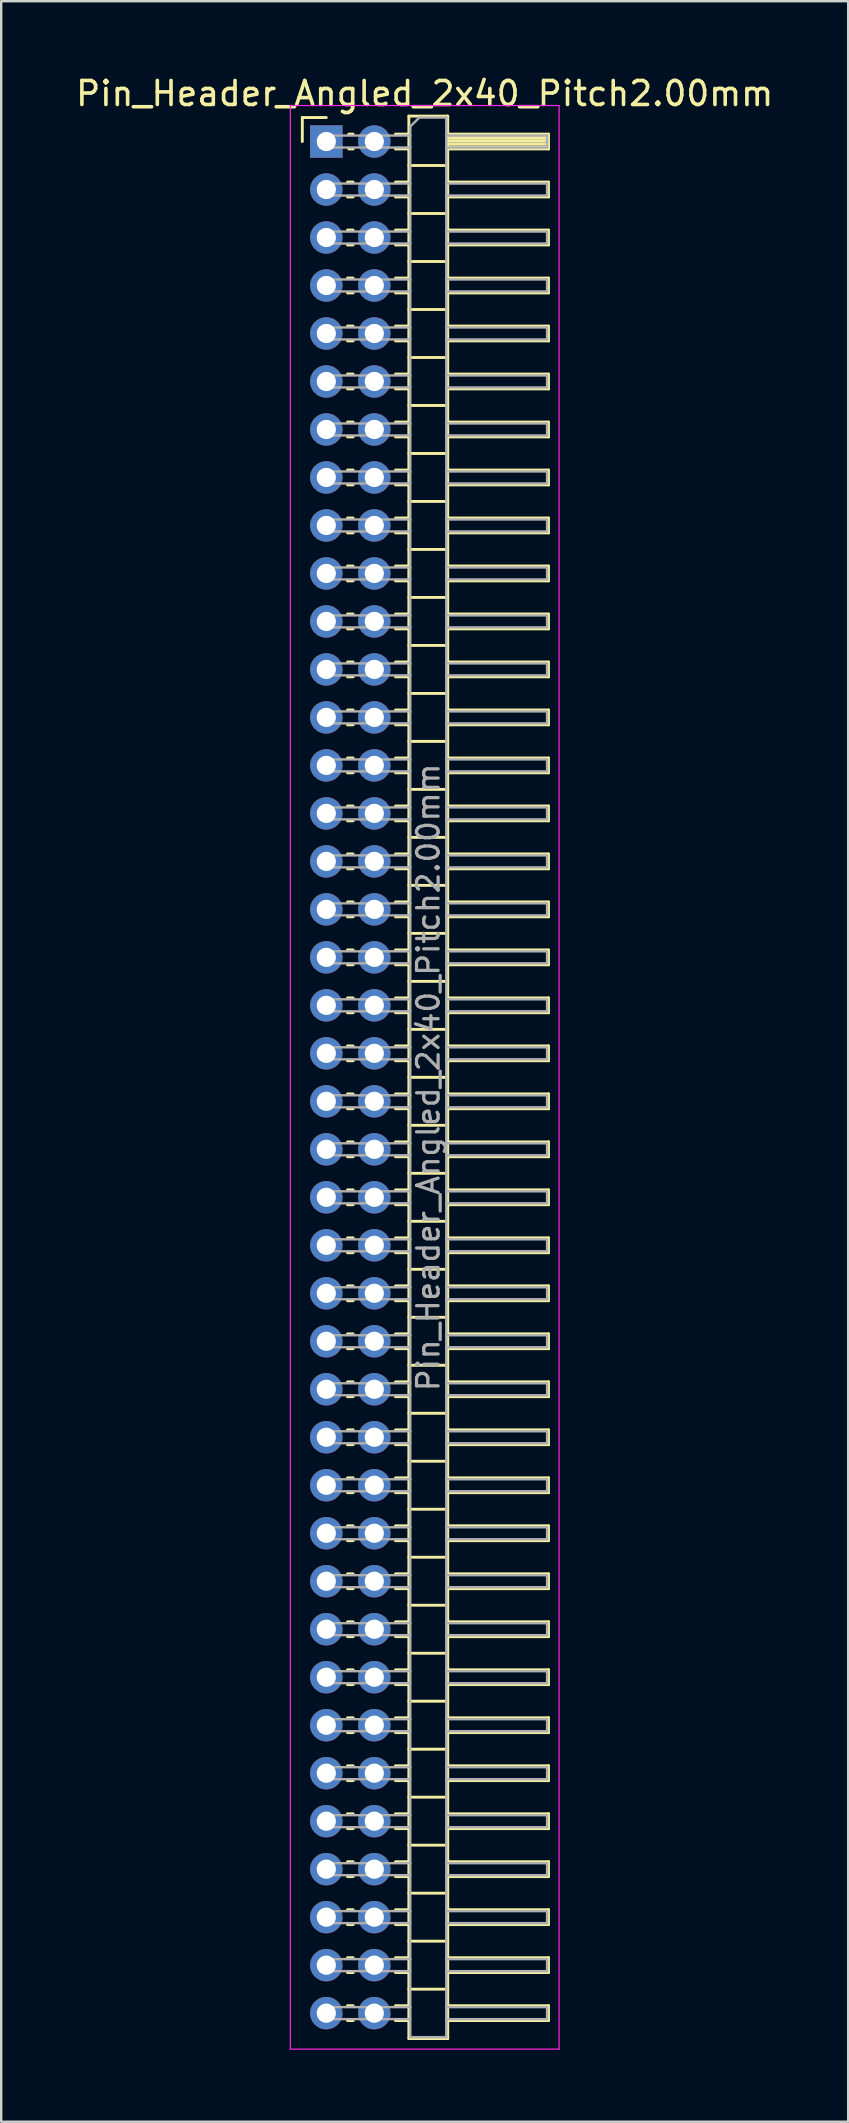
<source format=kicad_pcb>
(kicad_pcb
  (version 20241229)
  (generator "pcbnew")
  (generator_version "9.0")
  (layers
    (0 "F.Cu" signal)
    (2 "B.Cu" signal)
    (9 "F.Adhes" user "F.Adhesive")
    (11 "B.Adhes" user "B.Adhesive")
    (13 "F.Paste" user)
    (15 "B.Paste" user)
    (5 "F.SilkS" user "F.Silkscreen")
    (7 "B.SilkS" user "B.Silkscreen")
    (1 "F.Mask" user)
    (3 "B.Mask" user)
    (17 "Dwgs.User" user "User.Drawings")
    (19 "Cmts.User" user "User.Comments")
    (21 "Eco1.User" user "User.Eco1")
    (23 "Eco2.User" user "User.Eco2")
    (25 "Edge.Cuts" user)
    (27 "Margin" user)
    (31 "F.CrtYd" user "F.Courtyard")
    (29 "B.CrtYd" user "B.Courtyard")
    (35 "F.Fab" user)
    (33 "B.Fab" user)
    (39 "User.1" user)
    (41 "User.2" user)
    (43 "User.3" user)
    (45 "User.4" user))
  (footprint "Pin_Header_Angled_2x40_Pitch2.00mm"
    (layer "F.Cu")
    (at 10.549 2.848)
    (property "Reference" "Pin_Header_Angled_2x40_Pitch2.00mm" (at 4.1 -2 0) (layer "F.SilkS") (effects (font (size 1 1) (thickness 0.15))))
    (attr through_hole)
    (fp_line (start -1 -1) (end 0 -1) (stroke (width 0.12) (type solid)) (layer "F.SilkS"))
    (fp_line (start -1 0) (end -1 -1) (stroke (width 0.12) (type solid)) (layer "F.SilkS"))
    (fp_line (start 0.882 1.69) (end 1.118 1.69) (stroke (width 0.12) (type solid)) (layer "F.SilkS"))
    (fp_line (start 0.882 2.31) (end 1.118 2.31) (stroke (width 0.12) (type solid)) (layer "F.SilkS"))
    (fp_line (start 0.882 3.69) (end 1.118 3.69) (stroke (width 0.12) (type solid)) (layer "F.SilkS"))
    (fp_line (start 0.882 4.31) (end 1.118 4.31) (stroke (width 0.12) (type solid)) (layer "F.SilkS"))
    (fp_line (start 0.882 5.69) (end 1.118 5.69) (stroke (width 0.12) (type solid)) (layer "F.SilkS"))
    (fp_line (start 0.882 6.31) (end 1.118 6.31) (stroke (width 0.12) (type solid)) (layer "F.SilkS"))
    (fp_line (start 0.882 7.69) (end 1.118 7.69) (stroke (width 0.12) (type solid)) (layer "F.SilkS"))
    (fp_line (start 0.882 8.31) (end 1.118 8.31) (stroke (width 0.12) (type solid)) (layer "F.SilkS"))
    (fp_line (start 0.882 9.69) (end 1.118 9.69) (stroke (width 0.12) (type solid)) (layer "F.SilkS"))
    (fp_line (start 0.882 10.31) (end 1.118 10.31) (stroke (width 0.12) (type solid)) (layer "F.SilkS"))
    (fp_line (start 0.882 11.69) (end 1.118 11.69) (stroke (width 0.12) (type solid)) (layer "F.SilkS"))
    (fp_line (start 0.882 12.31) (end 1.118 12.31) (stroke (width 0.12) (type solid)) (layer "F.SilkS"))
    (fp_line (start 0.882 13.69) (end 1.118 13.69) (stroke (width 0.12) (type solid)) (layer "F.SilkS"))
    (fp_line (start 0.882 14.31) (end 1.118 14.31) (stroke (width 0.12) (type solid)) (layer "F.SilkS"))
    (fp_line (start 0.882 15.69) (end 1.118 15.69) (stroke (width 0.12) (type solid)) (layer "F.SilkS"))
    (fp_line (start 0.882 16.31) (end 1.118 16.31) (stroke (width 0.12) (type solid)) (layer "F.SilkS"))
    (fp_line (start 0.882 17.69) (end 1.118 17.69) (stroke (width 0.12) (type solid)) (layer "F.SilkS"))
    (fp_line (start 0.882 18.31) (end 1.118 18.31) (stroke (width 0.12) (type solid)) (layer "F.SilkS"))
    (fp_line (start 0.882 19.69) (end 1.118 19.69) (stroke (width 0.12) (type solid)) (layer "F.SilkS"))
    (fp_line (start 0.882 20.31) (end 1.118 20.31) (stroke (width 0.12) (type solid)) (layer "F.SilkS"))
    (fp_line (start 0.882 21.69) (end 1.118 21.69) (stroke (width 0.12) (type solid)) (layer "F.SilkS"))
    (fp_line (start 0.882 22.31) (end 1.118 22.31) (stroke (width 0.12) (type solid)) (layer "F.SilkS"))
    (fp_line (start 0.882 23.69) (end 1.118 23.69) (stroke (width 0.12) (type solid)) (layer "F.SilkS"))
    (fp_line (start 0.882 24.31) (end 1.118 24.31) (stroke (width 0.12) (type solid)) (layer "F.SilkS"))
    (fp_line (start 0.882 25.69) (end 1.118 25.69) (stroke (width 0.12) (type solid)) (layer "F.SilkS"))
    (fp_line (start 0.882 26.31) (end 1.118 26.31) (stroke (width 0.12) (type solid)) (layer "F.SilkS"))
    (fp_line (start 0.882 27.69) (end 1.118 27.69) (stroke (width 0.12) (type solid)) (layer "F.SilkS"))
    (fp_line (start 0.882 28.31) (end 1.118 28.31) (stroke (width 0.12) (type solid)) (layer "F.SilkS"))
    (fp_line (start 0.882 29.69) (end 1.118 29.69) (stroke (width 0.12) (type solid)) (layer "F.SilkS"))
    (fp_line (start 0.882 30.31) (end 1.118 30.31) (stroke (width 0.12) (type solid)) (layer "F.SilkS"))
    (fp_line (start 0.882 31.69) (end 1.118 31.69) (stroke (width 0.12) (type solid)) (layer "F.SilkS"))
    (fp_line (start 0.882 32.31) (end 1.118 32.31) (stroke (width 0.12) (type solid)) (layer "F.SilkS"))
    (fp_line (start 0.882 33.69) (end 1.118 33.69) (stroke (width 0.12) (type solid)) (layer "F.SilkS"))
    (fp_line (start 0.882 34.31) (end 1.118 34.31) (stroke (width 0.12) (type solid)) (layer "F.SilkS"))
    (fp_line (start 0.882 35.69) (end 1.118 35.69) (stroke (width 0.12) (type solid)) (layer "F.SilkS"))
    (fp_line (start 0.882 36.31) (end 1.118 36.31) (stroke (width 0.12) (type solid)) (layer "F.SilkS"))
    (fp_line (start 0.882 37.69) (end 1.118 37.69) (stroke (width 0.12) (type solid)) (layer "F.SilkS"))
    (fp_line (start 0.882 38.31) (end 1.118 38.31) (stroke (width 0.12) (type solid)) (layer "F.SilkS"))
    (fp_line (start 0.882 39.69) (end 1.118 39.69) (stroke (width 0.12) (type solid)) (layer "F.SilkS"))
    (fp_line (start 0.882 40.31) (end 1.118 40.31) (stroke (width 0.12) (type solid)) (layer "F.SilkS"))
    (fp_line (start 0.882 41.69) (end 1.118 41.69) (stroke (width 0.12) (type solid)) (layer "F.SilkS"))
    (fp_line (start 0.882 42.31) (end 1.118 42.31) (stroke (width 0.12) (type solid)) (layer "F.SilkS"))
    (fp_line (start 0.882 43.69) (end 1.118 43.69) (stroke (width 0.12) (type solid)) (layer "F.SilkS"))
    (fp_line (start 0.882 44.31) (end 1.118 44.31) (stroke (width 0.12) (type solid)) (layer "F.SilkS"))
    (fp_line (start 0.882 45.69) (end 1.118 45.69) (stroke (width 0.12) (type solid)) (layer "F.SilkS"))
    (fp_line (start 0.882 46.31) (end 1.118 46.31) (stroke (width 0.12) (type solid)) (layer "F.SilkS"))
    (fp_line (start 0.882 47.69) (end 1.118 47.69) (stroke (width 0.12) (type solid)) (layer "F.SilkS"))
    (fp_line (start 0.882 48.31) (end 1.118 48.31) (stroke (width 0.12) (type solid)) (layer "F.SilkS"))
    (fp_line (start 0.882 49.69) (end 1.118 49.69) (stroke (width 0.12) (type solid)) (layer "F.SilkS"))
    (fp_line (start 0.882 50.31) (end 1.118 50.31) (stroke (width 0.12) (type solid)) (layer "F.SilkS"))
    (fp_line (start 0.882 51.69) (end 1.118 51.69) (stroke (width 0.12) (type solid)) (layer "F.SilkS"))
    (fp_line (start 0.882 52.31) (end 1.118 52.31) (stroke (width 0.12) (type solid)) (layer "F.SilkS"))
    (fp_line (start 0.882 53.69) (end 1.118 53.69) (stroke (width 0.12) (type solid)) (layer "F.SilkS"))
    (fp_line (start 0.882 54.31) (end 1.118 54.31) (stroke (width 0.12) (type solid)) (layer "F.SilkS"))
    (fp_line (start 0.882 55.69) (end 1.118 55.69) (stroke (width 0.12) (type solid)) (layer "F.SilkS"))
    (fp_line (start 0.882 56.31) (end 1.118 56.31) (stroke (width 0.12) (type solid)) (layer "F.SilkS"))
    (fp_line (start 0.882 57.69) (end 1.118 57.69) (stroke (width 0.12) (type solid)) (layer "F.SilkS"))
    (fp_line (start 0.882 58.31) (end 1.118 58.31) (stroke (width 0.12) (type solid)) (layer "F.SilkS"))
    (fp_line (start 0.882 59.69) (end 1.118 59.69) (stroke (width 0.12) (type solid)) (layer "F.SilkS"))
    (fp_line (start 0.882 60.31) (end 1.118 60.31) (stroke (width 0.12) (type solid)) (layer "F.SilkS"))
    (fp_line (start 0.882 61.69) (end 1.118 61.69) (stroke (width 0.12) (type solid)) (layer "F.SilkS"))
    (fp_line (start 0.882 62.31) (end 1.118 62.31) (stroke (width 0.12) (type solid)) (layer "F.SilkS"))
    (fp_line (start 0.882 63.69) (end 1.118 63.69) (stroke (width 0.12) (type solid)) (layer "F.SilkS"))
    (fp_line (start 0.882 64.31) (end 1.118 64.31) (stroke (width 0.12) (type solid)) (layer "F.SilkS"))
    (fp_line (start 0.882 65.69) (end 1.118 65.69) (stroke (width 0.12) (type solid)) (layer "F.SilkS"))
    (fp_line (start 0.882 66.31) (end 1.118 66.31) (stroke (width 0.12) (type solid)) (layer "F.SilkS"))
    (fp_line (start 0.882 67.69) (end 1.118 67.69) (stroke (width 0.12) (type solid)) (layer "F.SilkS"))
    (fp_line (start 0.882 68.31) (end 1.118 68.31) (stroke (width 0.12) (type solid)) (layer "F.SilkS"))
    (fp_line (start 0.882 69.69) (end 1.118 69.69) (stroke (width 0.12) (type solid)) (layer "F.SilkS"))
    (fp_line (start 0.882 70.31) (end 1.118 70.31) (stroke (width 0.12) (type solid)) (layer "F.SilkS"))
    (fp_line (start 0.882 71.69) (end 1.118 71.69) (stroke (width 0.12) (type solid)) (layer "F.SilkS"))
    (fp_line (start 0.882 72.31) (end 1.118 72.31) (stroke (width 0.12) (type solid)) (layer "F.SilkS"))
    (fp_line (start 0.882 73.69) (end 1.118 73.69) (stroke (width 0.12) (type solid)) (layer "F.SilkS"))
    (fp_line (start 0.882 74.31) (end 1.118 74.31) (stroke (width 0.12) (type solid)) (layer "F.SilkS"))
    (fp_line (start 0.882 75.69) (end 1.118 75.69) (stroke (width 0.12) (type solid)) (layer "F.SilkS"))
    (fp_line (start 0.882 76.31) (end 1.118 76.31) (stroke (width 0.12) (type solid)) (layer "F.SilkS"))
    (fp_line (start 0.882 77.69) (end 1.118 77.69) (stroke (width 0.12) (type solid)) (layer "F.SilkS"))
    (fp_line (start 0.882 78.31) (end 1.118 78.31) (stroke (width 0.12) (type solid)) (layer "F.SilkS"))
    (fp_line (start 0.935 -0.31) (end 1.118 -0.31) (stroke (width 0.12) (type solid)) (layer "F.SilkS"))
    (fp_line (start 0.935 0.31) (end 1.118 0.31) (stroke (width 0.12) (type solid)) (layer "F.SilkS"))
    (fp_line (start 2.882 -0.31) (end 3.44 -0.31) (stroke (width 0.12) (type solid)) (layer "F.SilkS"))
    (fp_line (start 2.882 0.31) (end 3.44 0.31) (stroke (width 0.12) (type solid)) (layer "F.SilkS"))
    (fp_line (start 2.882 1.69) (end 3.44 1.69) (stroke (width 0.12) (type solid)) (layer "F.SilkS"))
    (fp_line (start 2.882 2.31) (end 3.44 2.31) (stroke (width 0.12) (type solid)) (layer "F.SilkS"))
    (fp_line (start 2.882 3.69) (end 3.44 3.69) (stroke (width 0.12) (type solid)) (layer "F.SilkS"))
    (fp_line (start 2.882 4.31) (end 3.44 4.31) (stroke (width 0.12) (type solid)) (layer "F.SilkS"))
    (fp_line (start 2.882 5.69) (end 3.44 5.69) (stroke (width 0.12) (type solid)) (layer "F.SilkS"))
    (fp_line (start 2.882 6.31) (end 3.44 6.31) (stroke (width 0.12) (type solid)) (layer "F.SilkS"))
    (fp_line (start 2.882 7.69) (end 3.44 7.69) (stroke (width 0.12) (type solid)) (layer "F.SilkS"))
    (fp_line (start 2.882 8.31) (end 3.44 8.31) (stroke (width 0.12) (type solid)) (layer "F.SilkS"))
    (fp_line (start 2.882 9.69) (end 3.44 9.69) (stroke (width 0.12) (type solid)) (layer "F.SilkS"))
    (fp_line (start 2.882 10.31) (end 3.44 10.31) (stroke (width 0.12) (type solid)) (layer "F.SilkS"))
    (fp_line (start 2.882 11.69) (end 3.44 11.69) (stroke (width 0.12) (type solid)) (layer "F.SilkS"))
    (fp_line (start 2.882 12.31) (end 3.44 12.31) (stroke (width 0.12) (type solid)) (layer "F.SilkS"))
    (fp_line (start 2.882 13.69) (end 3.44 13.69) (stroke (width 0.12) (type solid)) (layer "F.SilkS"))
    (fp_line (start 2.882 14.31) (end 3.44 14.31) (stroke (width 0.12) (type solid)) (layer "F.SilkS"))
    (fp_line (start 2.882 15.69) (end 3.44 15.69) (stroke (width 0.12) (type solid)) (layer "F.SilkS"))
    (fp_line (start 2.882 16.31) (end 3.44 16.31) (stroke (width 0.12) (type solid)) (layer "F.SilkS"))
    (fp_line (start 2.882 17.69) (end 3.44 17.69) (stroke (width 0.12) (type solid)) (layer "F.SilkS"))
    (fp_line (start 2.882 18.31) (end 3.44 18.31) (stroke (width 0.12) (type solid)) (layer "F.SilkS"))
    (fp_line (start 2.882 19.69) (end 3.44 19.69) (stroke (width 0.12) (type solid)) (layer "F.SilkS"))
    (fp_line (start 2.882 20.31) (end 3.44 20.31) (stroke (width 0.12) (type solid)) (layer "F.SilkS"))
    (fp_line (start 2.882 21.69) (end 3.44 21.69) (stroke (width 0.12) (type solid)) (layer "F.SilkS"))
    (fp_line (start 2.882 22.31) (end 3.44 22.31) (stroke (width 0.12) (type solid)) (layer "F.SilkS"))
    (fp_line (start 2.882 23.69) (end 3.44 23.69) (stroke (width 0.12) (type solid)) (layer "F.SilkS"))
    (fp_line (start 2.882 24.31) (end 3.44 24.31) (stroke (width 0.12) (type solid)) (layer "F.SilkS"))
    (fp_line (start 2.882 25.69) (end 3.44 25.69) (stroke (width 0.12) (type solid)) (layer "F.SilkS"))
    (fp_line (start 2.882 26.31) (end 3.44 26.31) (stroke (width 0.12) (type solid)) (layer "F.SilkS"))
    (fp_line (start 2.882 27.69) (end 3.44 27.69) (stroke (width 0.12) (type solid)) (layer "F.SilkS"))
    (fp_line (start 2.882 28.31) (end 3.44 28.31) (stroke (width 0.12) (type solid)) (layer "F.SilkS"))
    (fp_line (start 2.882 29.69) (end 3.44 29.69) (stroke (width 0.12) (type solid)) (layer "F.SilkS"))
    (fp_line (start 2.882 30.31) (end 3.44 30.31) (stroke (width 0.12) (type solid)) (layer "F.SilkS"))
    (fp_line (start 2.882 31.69) (end 3.44 31.69) (stroke (width 0.12) (type solid)) (layer "F.SilkS"))
    (fp_line (start 2.882 32.31) (end 3.44 32.31) (stroke (width 0.12) (type solid)) (layer "F.SilkS"))
    (fp_line (start 2.882 33.69) (end 3.44 33.69) (stroke (width 0.12) (type solid)) (layer "F.SilkS"))
    (fp_line (start 2.882 34.31) (end 3.44 34.31) (stroke (width 0.12) (type solid)) (layer "F.SilkS"))
    (fp_line (start 2.882 35.69) (end 3.44 35.69) (stroke (width 0.12) (type solid)) (layer "F.SilkS"))
    (fp_line (start 2.882 36.31) (end 3.44 36.31) (stroke (width 0.12) (type solid)) (layer "F.SilkS"))
    (fp_line (start 2.882 37.69) (end 3.44 37.69) (stroke (width 0.12) (type solid)) (layer "F.SilkS"))
    (fp_line (start 2.882 38.31) (end 3.44 38.31) (stroke (width 0.12) (type solid)) (layer "F.SilkS"))
    (fp_line (start 2.882 39.69) (end 3.44 39.69) (stroke (width 0.12) (type solid)) (layer "F.SilkS"))
    (fp_line (start 2.882 40.31) (end 3.44 40.31) (stroke (width 0.12) (type solid)) (layer "F.SilkS"))
    (fp_line (start 2.882 41.69) (end 3.44 41.69) (stroke (width 0.12) (type solid)) (layer "F.SilkS"))
    (fp_line (start 2.882 42.31) (end 3.44 42.31) (stroke (width 0.12) (type solid)) (layer "F.SilkS"))
    (fp_line (start 2.882 43.69) (end 3.44 43.69) (stroke (width 0.12) (type solid)) (layer "F.SilkS"))
    (fp_line (start 2.882 44.31) (end 3.44 44.31) (stroke (width 0.12) (type solid)) (layer "F.SilkS"))
    (fp_line (start 2.882 45.69) (end 3.44 45.69) (stroke (width 0.12) (type solid)) (layer "F.SilkS"))
    (fp_line (start 2.882 46.31) (end 3.44 46.31) (stroke (width 0.12) (type solid)) (layer "F.SilkS"))
    (fp_line (start 2.882 47.69) (end 3.44 47.69) (stroke (width 0.12) (type solid)) (layer "F.SilkS"))
    (fp_line (start 2.882 48.31) (end 3.44 48.31) (stroke (width 0.12) (type solid)) (layer "F.SilkS"))
    (fp_line (start 2.882 49.69) (end 3.44 49.69) (stroke (width 0.12) (type solid)) (layer "F.SilkS"))
    (fp_line (start 2.882 50.31) (end 3.44 50.31) (stroke (width 0.12) (type solid)) (layer "F.SilkS"))
    (fp_line (start 2.882 51.69) (end 3.44 51.69) (stroke (width 0.12) (type solid)) (layer "F.SilkS"))
    (fp_line (start 2.882 52.31) (end 3.44 52.31) (stroke (width 0.12) (type solid)) (layer "F.SilkS"))
    (fp_line (start 2.882 53.69) (end 3.44 53.69) (stroke (width 0.12) (type solid)) (layer "F.SilkS"))
    (fp_line (start 2.882 54.31) (end 3.44 54.31) (stroke (width 0.12) (type solid)) (layer "F.SilkS"))
    (fp_line (start 2.882 55.69) (end 3.44 55.69) (stroke (width 0.12) (type solid)) (layer "F.SilkS"))
    (fp_line (start 2.882 56.31) (end 3.44 56.31) (stroke (width 0.12) (type solid)) (layer "F.SilkS"))
    (fp_line (start 2.882 57.69) (end 3.44 57.69) (stroke (width 0.12) (type solid)) (layer "F.SilkS"))
    (fp_line (start 2.882 58.31) (end 3.44 58.31) (stroke (width 0.12) (type solid)) (layer "F.SilkS"))
    (fp_line (start 2.882 59.69) (end 3.44 59.69) (stroke (width 0.12) (type solid)) (layer "F.SilkS"))
    (fp_line (start 2.882 60.31) (end 3.44 60.31) (stroke (width 0.12) (type solid)) (layer "F.SilkS"))
    (fp_line (start 2.882 61.69) (end 3.44 61.69) (stroke (width 0.12) (type solid)) (layer "F.SilkS"))
    (fp_line (start 2.882 62.31) (end 3.44 62.31) (stroke (width 0.12) (type solid)) (layer "F.SilkS"))
    (fp_line (start 2.882 63.69) (end 3.44 63.69) (stroke (width 0.12) (type solid)) (layer "F.SilkS"))
    (fp_line (start 2.882 64.31) (end 3.44 64.31) (stroke (width 0.12) (type solid)) (layer "F.SilkS"))
    (fp_line (start 2.882 65.69) (end 3.44 65.69) (stroke (width 0.12) (type solid)) (layer "F.SilkS"))
    (fp_line (start 2.882 66.31) (end 3.44 66.31) (stroke (width 0.12) (type solid)) (layer "F.SilkS"))
    (fp_line (start 2.882 67.69) (end 3.44 67.69) (stroke (width 0.12) (type solid)) (layer "F.SilkS"))
    (fp_line (start 2.882 68.31) (end 3.44 68.31) (stroke (width 0.12) (type solid)) (layer "F.SilkS"))
    (fp_line (start 2.882 69.69) (end 3.44 69.69) (stroke (width 0.12) (type solid)) (layer "F.SilkS"))
    (fp_line (start 2.882 70.31) (end 3.44 70.31) (stroke (width 0.12) (type solid)) (layer "F.SilkS"))
    (fp_line (start 2.882 71.69) (end 3.44 71.69) (stroke (width 0.12) (type solid)) (layer "F.SilkS"))
    (fp_line (start 2.882 72.31) (end 3.44 72.31) (stroke (width 0.12) (type solid)) (layer "F.SilkS"))
    (fp_line (start 2.882 73.69) (end 3.44 73.69) (stroke (width 0.12) (type solid)) (layer "F.SilkS"))
    (fp_line (start 2.882 74.31) (end 3.44 74.31) (stroke (width 0.12) (type solid)) (layer "F.SilkS"))
    (fp_line (start 2.882 75.69) (end 3.44 75.69) (stroke (width 0.12) (type solid)) (layer "F.SilkS"))
    (fp_line (start 2.882 76.31) (end 3.44 76.31) (stroke (width 0.12) (type solid)) (layer "F.SilkS"))
    (fp_line (start 2.882 77.69) (end 3.44 77.69) (stroke (width 0.12) (type solid)) (layer "F.SilkS"))
    (fp_line (start 2.882 78.31) (end 3.44 78.31) (stroke (width 0.12) (type solid)) (layer "F.SilkS"))
    (fp_line (start 3.44 -1.06) (end 3.44 79.06) (stroke (width 0.12) (type solid)) (layer "F.SilkS"))
    (fp_line (start 3.44 1) (end 5.06 1) (stroke (width 0.12) (type solid)) (layer "F.SilkS"))
    (fp_line (start 3.44 3) (end 5.06 3) (stroke (width 0.12) (type solid)) (layer "F.SilkS"))
    (fp_line (start 3.44 5) (end 5.06 5) (stroke (width 0.12) (type solid)) (layer "F.SilkS"))
    (fp_line (start 3.44 7) (end 5.06 7) (stroke (width 0.12) (type solid)) (layer "F.SilkS"))
    (fp_line (start 3.44 9) (end 5.06 9) (stroke (width 0.12) (type solid)) (layer "F.SilkS"))
    (fp_line (start 3.44 11) (end 5.06 11) (stroke (width 0.12) (type solid)) (layer "F.SilkS"))
    (fp_line (start 3.44 13) (end 5.06 13) (stroke (width 0.12) (type solid)) (layer "F.SilkS"))
    (fp_line (start 3.44 15) (end 5.06 15) (stroke (width 0.12) (type solid)) (layer "F.SilkS"))
    (fp_line (start 3.44 17) (end 5.06 17) (stroke (width 0.12) (type solid)) (layer "F.SilkS"))
    (fp_line (start 3.44 19) (end 5.06 19) (stroke (width 0.12) (type solid)) (layer "F.SilkS"))
    (fp_line (start 3.44 21) (end 5.06 21) (stroke (width 0.12) (type solid)) (layer "F.SilkS"))
    (fp_line (start 3.44 23) (end 5.06 23) (stroke (width 0.12) (type solid)) (layer "F.SilkS"))
    (fp_line (start 3.44 25) (end 5.06 25) (stroke (width 0.12) (type solid)) (layer "F.SilkS"))
    (fp_line (start 3.44 27) (end 5.06 27) (stroke (width 0.12) (type solid)) (layer "F.SilkS"))
    (fp_line (start 3.44 29) (end 5.06 29) (stroke (width 0.12) (type solid)) (layer "F.SilkS"))
    (fp_line (start 3.44 31) (end 5.06 31) (stroke (width 0.12) (type solid)) (layer "F.SilkS"))
    (fp_line (start 3.44 33) (end 5.06 33) (stroke (width 0.12) (type solid)) (layer "F.SilkS"))
    (fp_line (start 3.44 35) (end 5.06 35) (stroke (width 0.12) (type solid)) (layer "F.SilkS"))
    (fp_line (start 3.44 37) (end 5.06 37) (stroke (width 0.12) (type solid)) (layer "F.SilkS"))
    (fp_line (start 3.44 39) (end 5.06 39) (stroke (width 0.12) (type solid)) (layer "F.SilkS"))
    (fp_line (start 3.44 41) (end 5.06 41) (stroke (width 0.12) (type solid)) (layer "F.SilkS"))
    (fp_line (start 3.44 43) (end 5.06 43) (stroke (width 0.12) (type solid)) (layer "F.SilkS"))
    (fp_line (start 3.44 45) (end 5.06 45) (stroke (width 0.12) (type solid)) (layer "F.SilkS"))
    (fp_line (start 3.44 47) (end 5.06 47) (stroke (width 0.12) (type solid)) (layer "F.SilkS"))
    (fp_line (start 3.44 49) (end 5.06 49) (stroke (width 0.12) (type solid)) (layer "F.SilkS"))
    (fp_line (start 3.44 51) (end 5.06 51) (stroke (width 0.12) (type solid)) (layer "F.SilkS"))
    (fp_line (start 3.44 53) (end 5.06 53) (stroke (width 0.12) (type solid)) (layer "F.SilkS"))
    (fp_line (start 3.44 55) (end 5.06 55) (stroke (width 0.12) (type solid)) (layer "F.SilkS"))
    (fp_line (start 3.44 57) (end 5.06 57) (stroke (width 0.12) (type solid)) (layer "F.SilkS"))
    (fp_line (start 3.44 59) (end 5.06 59) (stroke (width 0.12) (type solid)) (layer "F.SilkS"))
    (fp_line (start 3.44 61) (end 5.06 61) (stroke (width 0.12) (type solid)) (layer "F.SilkS"))
    (fp_line (start 3.44 63) (end 5.06 63) (stroke (width 0.12) (type solid)) (layer "F.SilkS"))
    (fp_line (start 3.44 65) (end 5.06 65) (stroke (width 0.12) (type solid)) (layer "F.SilkS"))
    (fp_line (start 3.44 67) (end 5.06 67) (stroke (width 0.12) (type solid)) (layer "F.SilkS"))
    (fp_line (start 3.44 69) (end 5.06 69) (stroke (width 0.12) (type solid)) (layer "F.SilkS"))
    (fp_line (start 3.44 71) (end 5.06 71) (stroke (width 0.12) (type solid)) (layer "F.SilkS"))
    (fp_line (start 3.44 73) (end 5.06 73) (stroke (width 0.12) (type solid)) (layer "F.SilkS"))
    (fp_line (start 3.44 75) (end 5.06 75) (stroke (width 0.12) (type solid)) (layer "F.SilkS"))
    (fp_line (start 3.44 77) (end 5.06 77) (stroke (width 0.12) (type solid)) (layer "F.SilkS"))
    (fp_line (start 3.44 79.06) (end 5.06 79.06) (stroke (width 0.12) (type solid)) (layer "F.SilkS"))
    (fp_line (start 5.06 -1.06) (end 3.44 -1.06) (stroke (width 0.12) (type solid)) (layer "F.SilkS"))
    (fp_line (start 5.06 -0.31) (end 9.26 -0.31) (stroke (width 0.12) (type solid)) (layer "F.SilkS"))
    (fp_line (start 5.06 -0.25) (end 9.26 -0.25) (stroke (width 0.12) (type solid)) (layer "F.SilkS"))
    (fp_line (start 5.06 -0.13) (end 9.26 -0.13) (stroke (width 0.12) (type solid)) (layer "F.SilkS"))
    (fp_line (start 5.06 -0.01) (end 9.26 -0.01) (stroke (width 0.12) (type solid)) (layer "F.SilkS"))
    (fp_line (start 5.06 0.11) (end 9.26 0.11) (stroke (width 0.12) (type solid)) (layer "F.SilkS"))
    (fp_line (start 5.06 0.23) (end 9.26 0.23) (stroke (width 0.12) (type solid)) (layer "F.SilkS"))
    (fp_line (start 5.06 1.69) (end 9.26 1.69) (stroke (width 0.12) (type solid)) (layer "F.SilkS"))
    (fp_line (start 5.06 3.69) (end 9.26 3.69) (stroke (width 0.12) (type solid)) (layer "F.SilkS"))
    (fp_line (start 5.06 5.69) (end 9.26 5.69) (stroke (width 0.12) (type solid)) (layer "F.SilkS"))
    (fp_line (start 5.06 7.69) (end 9.26 7.69) (stroke (width 0.12) (type solid)) (layer "F.SilkS"))
    (fp_line (start 5.06 9.69) (end 9.26 9.69) (stroke (width 0.12) (type solid)) (layer "F.SilkS"))
    (fp_line (start 5.06 11.69) (end 9.26 11.69) (stroke (width 0.12) (type solid)) (layer "F.SilkS"))
    (fp_line (start 5.06 13.69) (end 9.26 13.69) (stroke (width 0.12) (type solid)) (layer "F.SilkS"))
    (fp_line (start 5.06 15.69) (end 9.26 15.69) (stroke (width 0.12) (type solid)) (layer "F.SilkS"))
    (fp_line (start 5.06 17.69) (end 9.26 17.69) (stroke (width 0.12) (type solid)) (layer "F.SilkS"))
    (fp_line (start 5.06 19.69) (end 9.26 19.69) (stroke (width 0.12) (type solid)) (layer "F.SilkS"))
    (fp_line (start 5.06 21.69) (end 9.26 21.69) (stroke (width 0.12) (type solid)) (layer "F.SilkS"))
    (fp_line (start 5.06 23.69) (end 9.26 23.69) (stroke (width 0.12) (type solid)) (layer "F.SilkS"))
    (fp_line (start 5.06 25.69) (end 9.26 25.69) (stroke (width 0.12) (type solid)) (layer "F.SilkS"))
    (fp_line (start 5.06 27.69) (end 9.26 27.69) (stroke (width 0.12) (type solid)) (layer "F.SilkS"))
    (fp_line (start 5.06 29.69) (end 9.26 29.69) (stroke (width 0.12) (type solid)) (layer "F.SilkS"))
    (fp_line (start 5.06 31.69) (end 9.26 31.69) (stroke (width 0.12) (type solid)) (layer "F.SilkS"))
    (fp_line (start 5.06 33.69) (end 9.26 33.69) (stroke (width 0.12) (type solid)) (layer "F.SilkS"))
    (fp_line (start 5.06 35.69) (end 9.26 35.69) (stroke (width 0.12) (type solid)) (layer "F.SilkS"))
    (fp_line (start 5.06 37.69) (end 9.26 37.69) (stroke (width 0.12) (type solid)) (layer "F.SilkS"))
    (fp_line (start 5.06 39.69) (end 9.26 39.69) (stroke (width 0.12) (type solid)) (layer "F.SilkS"))
    (fp_line (start 5.06 41.69) (end 9.26 41.69) (stroke (width 0.12) (type solid)) (layer "F.SilkS"))
    (fp_line (start 5.06 43.69) (end 9.26 43.69) (stroke (width 0.12) (type solid)) (layer "F.SilkS"))
    (fp_line (start 5.06 45.69) (end 9.26 45.69) (stroke (width 0.12) (type solid)) (layer "F.SilkS"))
    (fp_line (start 5.06 47.69) (end 9.26 47.69) (stroke (width 0.12) (type solid)) (layer "F.SilkS"))
    (fp_line (start 5.06 49.69) (end 9.26 49.69) (stroke (width 0.12) (type solid)) (layer "F.SilkS"))
    (fp_line (start 5.06 51.69) (end 9.26 51.69) (stroke (width 0.12) (type solid)) (layer "F.SilkS"))
    (fp_line (start 5.06 53.69) (end 9.26 53.69) (stroke (width 0.12) (type solid)) (layer "F.SilkS"))
    (fp_line (start 5.06 55.69) (end 9.26 55.69) (stroke (width 0.12) (type solid)) (layer "F.SilkS"))
    (fp_line (start 5.06 57.69) (end 9.26 57.69) (stroke (width 0.12) (type solid)) (layer "F.SilkS"))
    (fp_line (start 5.06 59.69) (end 9.26 59.69) (stroke (width 0.12) (type solid)) (layer "F.SilkS"))
    (fp_line (start 5.06 61.69) (end 9.26 61.69) (stroke (width 0.12) (type solid)) (layer "F.SilkS"))
    (fp_line (start 5.06 63.69) (end 9.26 63.69) (stroke (width 0.12) (type solid)) (layer "F.SilkS"))
    (fp_line (start 5.06 65.69) (end 9.26 65.69) (stroke (width 0.12) (type solid)) (layer "F.SilkS"))
    (fp_line (start 5.06 67.69) (end 9.26 67.69) (stroke (width 0.12) (type solid)) (layer "F.SilkS"))
    (fp_line (start 5.06 69.69) (end 9.26 69.69) (stroke (width 0.12) (type solid)) (layer "F.SilkS"))
    (fp_line (start 5.06 71.69) (end 9.26 71.69) (stroke (width 0.12) (type solid)) (layer "F.SilkS"))
    (fp_line (start 5.06 73.69) (end 9.26 73.69) (stroke (width 0.12) (type solid)) (layer "F.SilkS"))
    (fp_line (start 5.06 75.69) (end 9.26 75.69) (stroke (width 0.12) (type solid)) (layer "F.SilkS"))
    (fp_line (start 5.06 77.69) (end 9.26 77.69) (stroke (width 0.12) (type solid)) (layer "F.SilkS"))
    (fp_line (start 5.06 79.06) (end 5.06 -1.06) (stroke (width 0.12) (type solid)) (layer "F.SilkS"))
    (fp_line (start 9.26 -0.31) (end 9.26 0.31) (stroke (width 0.12) (type solid)) (layer "F.SilkS"))
    (fp_line (start 9.26 0.31) (end 5.06 0.31) (stroke (width 0.12) (type solid)) (layer "F.SilkS"))
    (fp_line (start 9.26 1.69) (end 9.26 2.31) (stroke (width 0.12) (type solid)) (layer "F.SilkS"))
    (fp_line (start 9.26 2.31) (end 5.06 2.31) (stroke (width 0.12) (type solid)) (layer "F.SilkS"))
    (fp_line (start 9.26 3.69) (end 9.26 4.31) (stroke (width 0.12) (type solid)) (layer "F.SilkS"))
    (fp_line (start 9.26 4.31) (end 5.06 4.31) (stroke (width 0.12) (type solid)) (layer "F.SilkS"))
    (fp_line (start 9.26 5.69) (end 9.26 6.31) (stroke (width 0.12) (type solid)) (layer "F.SilkS"))
    (fp_line (start 9.26 6.31) (end 5.06 6.31) (stroke (width 0.12) (type solid)) (layer "F.SilkS"))
    (fp_line (start 9.26 7.69) (end 9.26 8.31) (stroke (width 0.12) (type solid)) (layer "F.SilkS"))
    (fp_line (start 9.26 8.31) (end 5.06 8.31) (stroke (width 0.12) (type solid)) (layer "F.SilkS"))
    (fp_line (start 9.26 9.69) (end 9.26 10.31) (stroke (width 0.12) (type solid)) (layer "F.SilkS"))
    (fp_line (start 9.26 10.31) (end 5.06 10.31) (stroke (width 0.12) (type solid)) (layer "F.SilkS"))
    (fp_line (start 9.26 11.69) (end 9.26 12.31) (stroke (width 0.12) (type solid)) (layer "F.SilkS"))
    (fp_line (start 9.26 12.31) (end 5.06 12.31) (stroke (width 0.12) (type solid)) (layer "F.SilkS"))
    (fp_line (start 9.26 13.69) (end 9.26 14.31) (stroke (width 0.12) (type solid)) (layer "F.SilkS"))
    (fp_line (start 9.26 14.31) (end 5.06 14.31) (stroke (width 0.12) (type solid)) (layer "F.SilkS"))
    (fp_line (start 9.26 15.69) (end 9.26 16.31) (stroke (width 0.12) (type solid)) (layer "F.SilkS"))
    (fp_line (start 9.26 16.31) (end 5.06 16.31) (stroke (width 0.12) (type solid)) (layer "F.SilkS"))
    (fp_line (start 9.26 17.69) (end 9.26 18.31) (stroke (width 0.12) (type solid)) (layer "F.SilkS"))
    (fp_line (start 9.26 18.31) (end 5.06 18.31) (stroke (width 0.12) (type solid)) (layer "F.SilkS"))
    (fp_line (start 9.26 19.69) (end 9.26 20.31) (stroke (width 0.12) (type solid)) (layer "F.SilkS"))
    (fp_line (start 9.26 20.31) (end 5.06 20.31) (stroke (width 0.12) (type solid)) (layer "F.SilkS"))
    (fp_line (start 9.26 21.69) (end 9.26 22.31) (stroke (width 0.12) (type solid)) (layer "F.SilkS"))
    (fp_line (start 9.26 22.31) (end 5.06 22.31) (stroke (width 0.12) (type solid)) (layer "F.SilkS"))
    (fp_line (start 9.26 23.69) (end 9.26 24.31) (stroke (width 0.12) (type solid)) (layer "F.SilkS"))
    (fp_line (start 9.26 24.31) (end 5.06 24.31) (stroke (width 0.12) (type solid)) (layer "F.SilkS"))
    (fp_line (start 9.26 25.69) (end 9.26 26.31) (stroke (width 0.12) (type solid)) (layer "F.SilkS"))
    (fp_line (start 9.26 26.31) (end 5.06 26.31) (stroke (width 0.12) (type solid)) (layer "F.SilkS"))
    (fp_line (start 9.26 27.69) (end 9.26 28.31) (stroke (width 0.12) (type solid)) (layer "F.SilkS"))
    (fp_line (start 9.26 28.31) (end 5.06 28.31) (stroke (width 0.12) (type solid)) (layer "F.SilkS"))
    (fp_line (start 9.26 29.69) (end 9.26 30.31) (stroke (width 0.12) (type solid)) (layer "F.SilkS"))
    (fp_line (start 9.26 30.31) (end 5.06 30.31) (stroke (width 0.12) (type solid)) (layer "F.SilkS"))
    (fp_line (start 9.26 31.69) (end 9.26 32.31) (stroke (width 0.12) (type solid)) (layer "F.SilkS"))
    (fp_line (start 9.26 32.31) (end 5.06 32.31) (stroke (width 0.12) (type solid)) (layer "F.SilkS"))
    (fp_line (start 9.26 33.69) (end 9.26 34.31) (stroke (width 0.12) (type solid)) (layer "F.SilkS"))
    (fp_line (start 9.26 34.31) (end 5.06 34.31) (stroke (width 0.12) (type solid)) (layer "F.SilkS"))
    (fp_line (start 9.26 35.69) (end 9.26 36.31) (stroke (width 0.12) (type solid)) (layer "F.SilkS"))
    (fp_line (start 9.26 36.31) (end 5.06 36.31) (stroke (width 0.12) (type solid)) (layer "F.SilkS"))
    (fp_line (start 9.26 37.69) (end 9.26 38.31) (stroke (width 0.12) (type solid)) (layer "F.SilkS"))
    (fp_line (start 9.26 38.31) (end 5.06 38.31) (stroke (width 0.12) (type solid)) (layer "F.SilkS"))
    (fp_line (start 9.26 39.69) (end 9.26 40.31) (stroke (width 0.12) (type solid)) (layer "F.SilkS"))
    (fp_line (start 9.26 40.31) (end 5.06 40.31) (stroke (width 0.12) (type solid)) (layer "F.SilkS"))
    (fp_line (start 9.26 41.69) (end 9.26 42.31) (stroke (width 0.12) (type solid)) (layer "F.SilkS"))
    (fp_line (start 9.26 42.31) (end 5.06 42.31) (stroke (width 0.12) (type solid)) (layer "F.SilkS"))
    (fp_line (start 9.26 43.69) (end 9.26 44.31) (stroke (width 0.12) (type solid)) (layer "F.SilkS"))
    (fp_line (start 9.26 44.31) (end 5.06 44.31) (stroke (width 0.12) (type solid)) (layer "F.SilkS"))
    (fp_line (start 9.26 45.69) (end 9.26 46.31) (stroke (width 0.12) (type solid)) (layer "F.SilkS"))
    (fp_line (start 9.26 46.31) (end 5.06 46.31) (stroke (width 0.12) (type solid)) (layer "F.SilkS"))
    (fp_line (start 9.26 47.69) (end 9.26 48.31) (stroke (width 0.12) (type solid)) (layer "F.SilkS"))
    (fp_line (start 9.26 48.31) (end 5.06 48.31) (stroke (width 0.12) (type solid)) (layer "F.SilkS"))
    (fp_line (start 9.26 49.69) (end 9.26 50.31) (stroke (width 0.12) (type solid)) (layer "F.SilkS"))
    (fp_line (start 9.26 50.31) (end 5.06 50.31) (stroke (width 0.12) (type solid)) (layer "F.SilkS"))
    (fp_line (start 9.26 51.69) (end 9.26 52.31) (stroke (width 0.12) (type solid)) (layer "F.SilkS"))
    (fp_line (start 9.26 52.31) (end 5.06 52.31) (stroke (width 0.12) (type solid)) (layer "F.SilkS"))
    (fp_line (start 9.26 53.69) (end 9.26 54.31) (stroke (width 0.12) (type solid)) (layer "F.SilkS"))
    (fp_line (start 9.26 54.31) (end 5.06 54.31) (stroke (width 0.12) (type solid)) (layer "F.SilkS"))
    (fp_line (start 9.26 55.69) (end 9.26 56.31) (stroke (width 0.12) (type solid)) (layer "F.SilkS"))
    (fp_line (start 9.26 56.31) (end 5.06 56.31) (stroke (width 0.12) (type solid)) (layer "F.SilkS"))
    (fp_line (start 9.26 57.69) (end 9.26 58.31) (stroke (width 0.12) (type solid)) (layer "F.SilkS"))
    (fp_line (start 9.26 58.31) (end 5.06 58.31) (stroke (width 0.12) (type solid)) (layer "F.SilkS"))
    (fp_line (start 9.26 59.69) (end 9.26 60.31) (stroke (width 0.12) (type solid)) (layer "F.SilkS"))
    (fp_line (start 9.26 60.31) (end 5.06 60.31) (stroke (width 0.12) (type solid)) (layer "F.SilkS"))
    (fp_line (start 9.26 61.69) (end 9.26 62.31) (stroke (width 0.12) (type solid)) (layer "F.SilkS"))
    (fp_line (start 9.26 62.31) (end 5.06 62.31) (stroke (width 0.12) (type solid)) (layer "F.SilkS"))
    (fp_line (start 9.26 63.69) (end 9.26 64.31) (stroke (width 0.12) (type solid)) (layer "F.SilkS"))
    (fp_line (start 9.26 64.31) (end 5.06 64.31) (stroke (width 0.12) (type solid)) (layer "F.SilkS"))
    (fp_line (start 9.26 65.69) (end 9.26 66.31) (stroke (width 0.12) (type solid)) (layer "F.SilkS"))
    (fp_line (start 9.26 66.31) (end 5.06 66.31) (stroke (width 0.12) (type solid)) (layer "F.SilkS"))
    (fp_line (start 9.26 67.69) (end 9.26 68.31) (stroke (width 0.12) (type solid)) (layer "F.SilkS"))
    (fp_line (start 9.26 68.31) (end 5.06 68.31) (stroke (width 0.12) (type solid)) (layer "F.SilkS"))
    (fp_line (start 9.26 69.69) (end 9.26 70.31) (stroke (width 0.12) (type solid)) (layer "F.SilkS"))
    (fp_line (start 9.26 70.31) (end 5.06 70.31) (stroke (width 0.12) (type solid)) (layer "F.SilkS"))
    (fp_line (start 9.26 71.69) (end 9.26 72.31) (stroke (width 0.12) (type solid)) (layer "F.SilkS"))
    (fp_line (start 9.26 72.31) (end 5.06 72.31) (stroke (width 0.12) (type solid)) (layer "F.SilkS"))
    (fp_line (start 9.26 73.69) (end 9.26 74.31) (stroke (width 0.12) (type solid)) (layer "F.SilkS"))
    (fp_line (start 9.26 74.31) (end 5.06 74.31) (stroke (width 0.12) (type solid)) (layer "F.SilkS"))
    (fp_line (start 9.26 75.69) (end 9.26 76.31) (stroke (width 0.12) (type solid)) (layer "F.SilkS"))
    (fp_line (start 9.26 76.31) (end 5.06 76.31) (stroke (width 0.12) (type solid)) (layer "F.SilkS"))
    (fp_line (start 9.26 77.69) (end 9.26 78.31) (stroke (width 0.12) (type solid)) (layer "F.SilkS"))
    (fp_line (start 9.26 78.31) (end 5.06 78.31) (stroke (width 0.12) (type solid)) (layer "F.SilkS"))
    (fp_line (start -1.5 -1.5) (end -1.5 79.5) (stroke (width 0.05) (type solid)) (layer "F.CrtYd"))
    (fp_line (start -1.5 79.5) (end 9.7 79.5) (stroke (width 0.05) (type solid)) (layer "F.CrtYd"))
    (fp_line (start 9.7 -1.5) (end -1.5 -1.5) (stroke (width 0.05) (type solid)) (layer "F.CrtYd"))
    (fp_line (start 9.7 79.5) (end 9.7 -1.5) (stroke (width 0.05) (type solid)) (layer "F.CrtYd"))
    (fp_line (start -0.25 -0.25) (end -0.25 0.25) (stroke (width 0.1) (type solid)) (layer "F.Fab"))
    (fp_line (start -0.25 -0.25) (end 3.5 -0.25) (stroke (width 0.1) (type solid)) (layer "F.Fab"))
    (fp_line (start -0.25 0.25) (end 3.5 0.25) (stroke (width 0.1) (type solid)) (layer "F.Fab"))
    (fp_line (start -0.25 1.75) (end -0.25 2.25) (stroke (width 0.1) (type solid)) (layer "F.Fab"))
    (fp_line (start -0.25 1.75) (end 3.5 1.75) (stroke (width 0.1) (type solid)) (layer "F.Fab"))
    (fp_line (start -0.25 2.25) (end 3.5 2.25) (stroke (width 0.1) (type solid)) (layer "F.Fab"))
    (fp_line (start -0.25 3.75) (end -0.25 4.25) (stroke (width 0.1) (type solid)) (layer "F.Fab"))
    (fp_line (start -0.25 3.75) (end 3.5 3.75) (stroke (width 0.1) (type solid)) (layer "F.Fab"))
    (fp_line (start -0.25 4.25) (end 3.5 4.25) (stroke (width 0.1) (type solid)) (layer "F.Fab"))
    (fp_line (start -0.25 5.75) (end -0.25 6.25) (stroke (width 0.1) (type solid)) (layer "F.Fab"))
    (fp_line (start -0.25 5.75) (end 3.5 5.75) (stroke (width 0.1) (type solid)) (layer "F.Fab"))
    (fp_line (start -0.25 6.25) (end 3.5 6.25) (stroke (width 0.1) (type solid)) (layer "F.Fab"))
    (fp_line (start -0.25 7.75) (end -0.25 8.25) (stroke (width 0.1) (type solid)) (layer "F.Fab"))
    (fp_line (start -0.25 7.75) (end 3.5 7.75) (stroke (width 0.1) (type solid)) (layer "F.Fab"))
    (fp_line (start -0.25 8.25) (end 3.5 8.25) (stroke (width 0.1) (type solid)) (layer "F.Fab"))
    (fp_line (start -0.25 9.75) (end -0.25 10.25) (stroke (width 0.1) (type solid)) (layer "F.Fab"))
    (fp_line (start -0.25 9.75) (end 3.5 9.75) (stroke (width 0.1) (type solid)) (layer "F.Fab"))
    (fp_line (start -0.25 10.25) (end 3.5 10.25) (stroke (width 0.1) (type solid)) (layer "F.Fab"))
    (fp_line (start -0.25 11.75) (end -0.25 12.25) (stroke (width 0.1) (type solid)) (layer "F.Fab"))
    (fp_line (start -0.25 11.75) (end 3.5 11.75) (stroke (width 0.1) (type solid)) (layer "F.Fab"))
    (fp_line (start -0.25 12.25) (end 3.5 12.25) (stroke (width 0.1) (type solid)) (layer "F.Fab"))
    (fp_line (start -0.25 13.75) (end -0.25 14.25) (stroke (width 0.1) (type solid)) (layer "F.Fab"))
    (fp_line (start -0.25 13.75) (end 3.5 13.75) (stroke (width 0.1) (type solid)) (layer "F.Fab"))
    (fp_line (start -0.25 14.25) (end 3.5 14.25) (stroke (width 0.1) (type solid)) (layer "F.Fab"))
    (fp_line (start -0.25 15.75) (end -0.25 16.25) (stroke (width 0.1) (type solid)) (layer "F.Fab"))
    (fp_line (start -0.25 15.75) (end 3.5 15.75) (stroke (width 0.1) (type solid)) (layer "F.Fab"))
    (fp_line (start -0.25 16.25) (end 3.5 16.25) (stroke (width 0.1) (type solid)) (layer "F.Fab"))
    (fp_line (start -0.25 17.75) (end -0.25 18.25) (stroke (width 0.1) (type solid)) (layer "F.Fab"))
    (fp_line (start -0.25 17.75) (end 3.5 17.75) (stroke (width 0.1) (type solid)) (layer "F.Fab"))
    (fp_line (start -0.25 18.25) (end 3.5 18.25) (stroke (width 0.1) (type solid)) (layer "F.Fab"))
    (fp_line (start -0.25 19.75) (end -0.25 20.25) (stroke (width 0.1) (type solid)) (layer "F.Fab"))
    (fp_line (start -0.25 19.75) (end 3.5 19.75) (stroke (width 0.1) (type solid)) (layer "F.Fab"))
    (fp_line (start -0.25 20.25) (end 3.5 20.25) (stroke (width 0.1) (type solid)) (layer "F.Fab"))
    (fp_line (start -0.25 21.75) (end -0.25 22.25) (stroke (width 0.1) (type solid)) (layer "F.Fab"))
    (fp_line (start -0.25 21.75) (end 3.5 21.75) (stroke (width 0.1) (type solid)) (layer "F.Fab"))
    (fp_line (start -0.25 22.25) (end 3.5 22.25) (stroke (width 0.1) (type solid)) (layer "F.Fab"))
    (fp_line (start -0.25 23.75) (end -0.25 24.25) (stroke (width 0.1) (type solid)) (layer "F.Fab"))
    (fp_line (start -0.25 23.75) (end 3.5 23.75) (stroke (width 0.1) (type solid)) (layer "F.Fab"))
    (fp_line (start -0.25 24.25) (end 3.5 24.25) (stroke (width 0.1) (type solid)) (layer "F.Fab"))
    (fp_line (start -0.25 25.75) (end -0.25 26.25) (stroke (width 0.1) (type solid)) (layer "F.Fab"))
    (fp_line (start -0.25 25.75) (end 3.5 25.75) (stroke (width 0.1) (type solid)) (layer "F.Fab"))
    (fp_line (start -0.25 26.25) (end 3.5 26.25) (stroke (width 0.1) (type solid)) (layer "F.Fab"))
    (fp_line (start -0.25 27.75) (end -0.25 28.25) (stroke (width 0.1) (type solid)) (layer "F.Fab"))
    (fp_line (start -0.25 27.75) (end 3.5 27.75) (stroke (width 0.1) (type solid)) (layer "F.Fab"))
    (fp_line (start -0.25 28.25) (end 3.5 28.25) (stroke (width 0.1) (type solid)) (layer "F.Fab"))
    (fp_line (start -0.25 29.75) (end -0.25 30.25) (stroke (width 0.1) (type solid)) (layer "F.Fab"))
    (fp_line (start -0.25 29.75) (end 3.5 29.75) (stroke (width 0.1) (type solid)) (layer "F.Fab"))
    (fp_line (start -0.25 30.25) (end 3.5 30.25) (stroke (width 0.1) (type solid)) (layer "F.Fab"))
    (fp_line (start -0.25 31.75) (end -0.25 32.25) (stroke (width 0.1) (type solid)) (layer "F.Fab"))
    (fp_line (start -0.25 31.75) (end 3.5 31.75) (stroke (width 0.1) (type solid)) (layer "F.Fab"))
    (fp_line (start -0.25 32.25) (end 3.5 32.25) (stroke (width 0.1) (type solid)) (layer "F.Fab"))
    (fp_line (start -0.25 33.75) (end -0.25 34.25) (stroke (width 0.1) (type solid)) (layer "F.Fab"))
    (fp_line (start -0.25 33.75) (end 3.5 33.75) (stroke (width 0.1) (type solid)) (layer "F.Fab"))
    (fp_line (start -0.25 34.25) (end 3.5 34.25) (stroke (width 0.1) (type solid)) (layer "F.Fab"))
    (fp_line (start -0.25 35.75) (end -0.25 36.25) (stroke (width 0.1) (type solid)) (layer "F.Fab"))
    (fp_line (start -0.25 35.75) (end 3.5 35.75) (stroke (width 0.1) (type solid)) (layer "F.Fab"))
    (fp_line (start -0.25 36.25) (end 3.5 36.25) (stroke (width 0.1) (type solid)) (layer "F.Fab"))
    (fp_line (start -0.25 37.75) (end -0.25 38.25) (stroke (width 0.1) (type solid)) (layer "F.Fab"))
    (fp_line (start -0.25 37.75) (end 3.5 37.75) (stroke (width 0.1) (type solid)) (layer "F.Fab"))
    (fp_line (start -0.25 38.25) (end 3.5 38.25) (stroke (width 0.1) (type solid)) (layer "F.Fab"))
    (fp_line (start -0.25 39.75) (end -0.25 40.25) (stroke (width 0.1) (type solid)) (layer "F.Fab"))
    (fp_line (start -0.25 39.75) (end 3.5 39.75) (stroke (width 0.1) (type solid)) (layer "F.Fab"))
    (fp_line (start -0.25 40.25) (end 3.5 40.25) (stroke (width 0.1) (type solid)) (layer "F.Fab"))
    (fp_line (start -0.25 41.75) (end -0.25 42.25) (stroke (width 0.1) (type solid)) (layer "F.Fab"))
    (fp_line (start -0.25 41.75) (end 3.5 41.75) (stroke (width 0.1) (type solid)) (layer "F.Fab"))
    (fp_line (start -0.25 42.25) (end 3.5 42.25) (stroke (width 0.1) (type solid)) (layer "F.Fab"))
    (fp_line (start -0.25 43.75) (end -0.25 44.25) (stroke (width 0.1) (type solid)) (layer "F.Fab"))
    (fp_line (start -0.25 43.75) (end 3.5 43.75) (stroke (width 0.1) (type solid)) (layer "F.Fab"))
    (fp_line (start -0.25 44.25) (end 3.5 44.25) (stroke (width 0.1) (type solid)) (layer "F.Fab"))
    (fp_line (start -0.25 45.75) (end -0.25 46.25) (stroke (width 0.1) (type solid)) (layer "F.Fab"))
    (fp_line (start -0.25 45.75) (end 3.5 45.75) (stroke (width 0.1) (type solid)) (layer "F.Fab"))
    (fp_line (start -0.25 46.25) (end 3.5 46.25) (stroke (width 0.1) (type solid)) (layer "F.Fab"))
    (fp_line (start -0.25 47.75) (end -0.25 48.25) (stroke (width 0.1) (type solid)) (layer "F.Fab"))
    (fp_line (start -0.25 47.75) (end 3.5 47.75) (stroke (width 0.1) (type solid)) (layer "F.Fab"))
    (fp_line (start -0.25 48.25) (end 3.5 48.25) (stroke (width 0.1) (type solid)) (layer "F.Fab"))
    (fp_line (start -0.25 49.75) (end -0.25 50.25) (stroke (width 0.1) (type solid)) (layer "F.Fab"))
    (fp_line (start -0.25 49.75) (end 3.5 49.75) (stroke (width 0.1) (type solid)) (layer "F.Fab"))
    (fp_line (start -0.25 50.25) (end 3.5 50.25) (stroke (width 0.1) (type solid)) (layer "F.Fab"))
    (fp_line (start -0.25 51.75) (end -0.25 52.25) (stroke (width 0.1) (type solid)) (layer "F.Fab"))
    (fp_line (start -0.25 51.75) (end 3.5 51.75) (stroke (width 0.1) (type solid)) (layer "F.Fab"))
    (fp_line (start -0.25 52.25) (end 3.5 52.25) (stroke (width 0.1) (type solid)) (layer "F.Fab"))
    (fp_line (start -0.25 53.75) (end -0.25 54.25) (stroke (width 0.1) (type solid)) (layer "F.Fab"))
    (fp_line (start -0.25 53.75) (end 3.5 53.75) (stroke (width 0.1) (type solid)) (layer "F.Fab"))
    (fp_line (start -0.25 54.25) (end 3.5 54.25) (stroke (width 0.1) (type solid)) (layer "F.Fab"))
    (fp_line (start -0.25 55.75) (end -0.25 56.25) (stroke (width 0.1) (type solid)) (layer "F.Fab"))
    (fp_line (start -0.25 55.75) (end 3.5 55.75) (stroke (width 0.1) (type solid)) (layer "F.Fab"))
    (fp_line (start -0.25 56.25) (end 3.5 56.25) (stroke (width 0.1) (type solid)) (layer "F.Fab"))
    (fp_line (start -0.25 57.75) (end -0.25 58.25) (stroke (width 0.1) (type solid)) (layer "F.Fab"))
    (fp_line (start -0.25 57.75) (end 3.5 57.75) (stroke (width 0.1) (type solid)) (layer "F.Fab"))
    (fp_line (start -0.25 58.25) (end 3.5 58.25) (stroke (width 0.1) (type solid)) (layer "F.Fab"))
    (fp_line (start -0.25 59.75) (end -0.25 60.25) (stroke (width 0.1) (type solid)) (layer "F.Fab"))
    (fp_line (start -0.25 59.75) (end 3.5 59.75) (stroke (width 0.1) (type solid)) (layer "F.Fab"))
    (fp_line (start -0.25 60.25) (end 3.5 60.25) (stroke (width 0.1) (type solid)) (layer "F.Fab"))
    (fp_line (start -0.25 61.75) (end -0.25 62.25) (stroke (width 0.1) (type solid)) (layer "F.Fab"))
    (fp_line (start -0.25 61.75) (end 3.5 61.75) (stroke (width 0.1) (type solid)) (layer "F.Fab"))
    (fp_line (start -0.25 62.25) (end 3.5 62.25) (stroke (width 0.1) (type solid)) (layer "F.Fab"))
    (fp_line (start -0.25 63.75) (end -0.25 64.25) (stroke (width 0.1) (type solid)) (layer "F.Fab"))
    (fp_line (start -0.25 63.75) (end 3.5 63.75) (stroke (width 0.1) (type solid)) (layer "F.Fab"))
    (fp_line (start -0.25 64.25) (end 3.5 64.25) (stroke (width 0.1) (type solid)) (layer "F.Fab"))
    (fp_line (start -0.25 65.75) (end -0.25 66.25) (stroke (width 0.1) (type solid)) (layer "F.Fab"))
    (fp_line (start -0.25 65.75) (end 3.5 65.75) (stroke (width 0.1) (type solid)) (layer "F.Fab"))
    (fp_line (start -0.25 66.25) (end 3.5 66.25) (stroke (width 0.1) (type solid)) (layer "F.Fab"))
    (fp_line (start -0.25 67.75) (end -0.25 68.25) (stroke (width 0.1) (type solid)) (layer "F.Fab"))
    (fp_line (start -0.25 67.75) (end 3.5 67.75) (stroke (width 0.1) (type solid)) (layer "F.Fab"))
    (fp_line (start -0.25 68.25) (end 3.5 68.25) (stroke (width 0.1) (type solid)) (layer "F.Fab"))
    (fp_line (start -0.25 69.75) (end -0.25 70.25) (stroke (width 0.1) (type solid)) (layer "F.Fab"))
    (fp_line (start -0.25 69.75) (end 3.5 69.75) (stroke (width 0.1) (type solid)) (layer "F.Fab"))
    (fp_line (start -0.25 70.25) (end 3.5 70.25) (stroke (width 0.1) (type solid)) (layer "F.Fab"))
    (fp_line (start -0.25 71.75) (end -0.25 72.25) (stroke (width 0.1) (type solid)) (layer "F.Fab"))
    (fp_line (start -0.25 71.75) (end 3.5 71.75) (stroke (width 0.1) (type solid)) (layer "F.Fab"))
    (fp_line (start -0.25 72.25) (end 3.5 72.25) (stroke (width 0.1) (type solid)) (layer "F.Fab"))
    (fp_line (start -0.25 73.75) (end -0.25 74.25) (stroke (width 0.1) (type solid)) (layer "F.Fab"))
    (fp_line (start -0.25 73.75) (end 3.5 73.75) (stroke (width 0.1) (type solid)) (layer "F.Fab"))
    (fp_line (start -0.25 74.25) (end 3.5 74.25) (stroke (width 0.1) (type solid)) (layer "F.Fab"))
    (fp_line (start -0.25 75.75) (end -0.25 76.25) (stroke (width 0.1) (type solid)) (layer "F.Fab"))
    (fp_line (start -0.25 75.75) (end 3.5 75.75) (stroke (width 0.1) (type solid)) (layer "F.Fab"))
    (fp_line (start -0.25 76.25) (end 3.5 76.25) (stroke (width 0.1) (type solid)) (layer "F.Fab"))
    (fp_line (start -0.25 77.75) (end -0.25 78.25) (stroke (width 0.1) (type solid)) (layer "F.Fab"))
    (fp_line (start -0.25 77.75) (end 3.5 77.75) (stroke (width 0.1) (type solid)) (layer "F.Fab"))
    (fp_line (start -0.25 78.25) (end 3.5 78.25) (stroke (width 0.1) (type solid)) (layer "F.Fab"))
    (fp_line (start 3.5 -0.625) (end 3.875 -1) (stroke (width 0.1) (type solid)) (layer "F.Fab"))
    (fp_line (start 3.5 79) (end 3.5 -0.625) (stroke (width 0.1) (type solid)) (layer "F.Fab"))
    (fp_line (start 3.875 -1) (end 5 -1) (stroke (width 0.1) (type solid)) (layer "F.Fab"))
    (fp_line (start 5 -1) (end 5 79) (stroke (width 0.1) (type solid)) (layer "F.Fab"))
    (fp_line (start 5 -0.25) (end 9.2 -0.25) (stroke (width 0.1) (type solid)) (layer "F.Fab"))
    (fp_line (start 5 0.25) (end 9.2 0.25) (stroke (width 0.1) (type solid)) (layer "F.Fab"))
    (fp_line (start 5 1.75) (end 9.2 1.75) (stroke (width 0.1) (type solid)) (layer "F.Fab"))
    (fp_line (start 5 2.25) (end 9.2 2.25) (stroke (width 0.1) (type solid)) (layer "F.Fab"))
    (fp_line (start 5 3.75) (end 9.2 3.75) (stroke (width 0.1) (type solid)) (layer "F.Fab"))
    (fp_line (start 5 4.25) (end 9.2 4.25) (stroke (width 0.1) (type solid)) (layer "F.Fab"))
    (fp_line (start 5 5.75) (end 9.2 5.75) (stroke (width 0.1) (type solid)) (layer "F.Fab"))
    (fp_line (start 5 6.25) (end 9.2 6.25) (stroke (width 0.1) (type solid)) (layer "F.Fab"))
    (fp_line (start 5 7.75) (end 9.2 7.75) (stroke (width 0.1) (type solid)) (layer "F.Fab"))
    (fp_line (start 5 8.25) (end 9.2 8.25) (stroke (width 0.1) (type solid)) (layer "F.Fab"))
    (fp_line (start 5 9.75) (end 9.2 9.75) (stroke (width 0.1) (type solid)) (layer "F.Fab"))
    (fp_line (start 5 10.25) (end 9.2 10.25) (stroke (width 0.1) (type solid)) (layer "F.Fab"))
    (fp_line (start 5 11.75) (end 9.2 11.75) (stroke (width 0.1) (type solid)) (layer "F.Fab"))
    (fp_line (start 5 12.25) (end 9.2 12.25) (stroke (width 0.1) (type solid)) (layer "F.Fab"))
    (fp_line (start 5 13.75) (end 9.2 13.75) (stroke (width 0.1) (type solid)) (layer "F.Fab"))
    (fp_line (start 5 14.25) (end 9.2 14.25) (stroke (width 0.1) (type solid)) (layer "F.Fab"))
    (fp_line (start 5 15.75) (end 9.2 15.75) (stroke (width 0.1) (type solid)) (layer "F.Fab"))
    (fp_line (start 5 16.25) (end 9.2 16.25) (stroke (width 0.1) (type solid)) (layer "F.Fab"))
    (fp_line (start 5 17.75) (end 9.2 17.75) (stroke (width 0.1) (type solid)) (layer "F.Fab"))
    (fp_line (start 5 18.25) (end 9.2 18.25) (stroke (width 0.1) (type solid)) (layer "F.Fab"))
    (fp_line (start 5 19.75) (end 9.2 19.75) (stroke (width 0.1) (type solid)) (layer "F.Fab"))
    (fp_line (start 5 20.25) (end 9.2 20.25) (stroke (width 0.1) (type solid)) (layer "F.Fab"))
    (fp_line (start 5 21.75) (end 9.2 21.75) (stroke (width 0.1) (type solid)) (layer "F.Fab"))
    (fp_line (start 5 22.25) (end 9.2 22.25) (stroke (width 0.1) (type solid)) (layer "F.Fab"))
    (fp_line (start 5 23.75) (end 9.2 23.75) (stroke (width 0.1) (type solid)) (layer "F.Fab"))
    (fp_line (start 5 24.25) (end 9.2 24.25) (stroke (width 0.1) (type solid)) (layer "F.Fab"))
    (fp_line (start 5 25.75) (end 9.2 25.75) (stroke (width 0.1) (type solid)) (layer "F.Fab"))
    (fp_line (start 5 26.25) (end 9.2 26.25) (stroke (width 0.1) (type solid)) (layer "F.Fab"))
    (fp_line (start 5 27.75) (end 9.2 27.75) (stroke (width 0.1) (type solid)) (layer "F.Fab"))
    (fp_line (start 5 28.25) (end 9.2 28.25) (stroke (width 0.1) (type solid)) (layer "F.Fab"))
    (fp_line (start 5 29.75) (end 9.2 29.75) (stroke (width 0.1) (type solid)) (layer "F.Fab"))
    (fp_line (start 5 30.25) (end 9.2 30.25) (stroke (width 0.1) (type solid)) (layer "F.Fab"))
    (fp_line (start 5 31.75) (end 9.2 31.75) (stroke (width 0.1) (type solid)) (layer "F.Fab"))
    (fp_line (start 5 32.25) (end 9.2 32.25) (stroke (width 0.1) (type solid)) (layer "F.Fab"))
    (fp_line (start 5 33.75) (end 9.2 33.75) (stroke (width 0.1) (type solid)) (layer "F.Fab"))
    (fp_line (start 5 34.25) (end 9.2 34.25) (stroke (width 0.1) (type solid)) (layer "F.Fab"))
    (fp_line (start 5 35.75) (end 9.2 35.75) (stroke (width 0.1) (type solid)) (layer "F.Fab"))
    (fp_line (start 5 36.25) (end 9.2 36.25) (stroke (width 0.1) (type solid)) (layer "F.Fab"))
    (fp_line (start 5 37.75) (end 9.2 37.75) (stroke (width 0.1) (type solid)) (layer "F.Fab"))
    (fp_line (start 5 38.25) (end 9.2 38.25) (stroke (width 0.1) (type solid)) (layer "F.Fab"))
    (fp_line (start 5 39.75) (end 9.2 39.75) (stroke (width 0.1) (type solid)) (layer "F.Fab"))
    (fp_line (start 5 40.25) (end 9.2 40.25) (stroke (width 0.1) (type solid)) (layer "F.Fab"))
    (fp_line (start 5 41.75) (end 9.2 41.75) (stroke (width 0.1) (type solid)) (layer "F.Fab"))
    (fp_line (start 5 42.25) (end 9.2 42.25) (stroke (width 0.1) (type solid)) (layer "F.Fab"))
    (fp_line (start 5 43.75) (end 9.2 43.75) (stroke (width 0.1) (type solid)) (layer "F.Fab"))
    (fp_line (start 5 44.25) (end 9.2 44.25) (stroke (width 0.1) (type solid)) (layer "F.Fab"))
    (fp_line (start 5 45.75) (end 9.2 45.75) (stroke (width 0.1) (type solid)) (layer "F.Fab"))
    (fp_line (start 5 46.25) (end 9.2 46.25) (stroke (width 0.1) (type solid)) (layer "F.Fab"))
    (fp_line (start 5 47.75) (end 9.2 47.75) (stroke (width 0.1) (type solid)) (layer "F.Fab"))
    (fp_line (start 5 48.25) (end 9.2 48.25) (stroke (width 0.1) (type solid)) (layer "F.Fab"))
    (fp_line (start 5 49.75) (end 9.2 49.75) (stroke (width 0.1) (type solid)) (layer "F.Fab"))
    (fp_line (start 5 50.25) (end 9.2 50.25) (stroke (width 0.1) (type solid)) (layer "F.Fab"))
    (fp_line (start 5 51.75) (end 9.2 51.75) (stroke (width 0.1) (type solid)) (layer "F.Fab"))
    (fp_line (start 5 52.25) (end 9.2 52.25) (stroke (width 0.1) (type solid)) (layer "F.Fab"))
    (fp_line (start 5 53.75) (end 9.2 53.75) (stroke (width 0.1) (type solid)) (layer "F.Fab"))
    (fp_line (start 5 54.25) (end 9.2 54.25) (stroke (width 0.1) (type solid)) (layer "F.Fab"))
    (fp_line (start 5 55.75) (end 9.2 55.75) (stroke (width 0.1) (type solid)) (layer "F.Fab"))
    (fp_line (start 5 56.25) (end 9.2 56.25) (stroke (width 0.1) (type solid)) (layer "F.Fab"))
    (fp_line (start 5 57.75) (end 9.2 57.75) (stroke (width 0.1) (type solid)) (layer "F.Fab"))
    (fp_line (start 5 58.25) (end 9.2 58.25) (stroke (width 0.1) (type solid)) (layer "F.Fab"))
    (fp_line (start 5 59.75) (end 9.2 59.75) (stroke (width 0.1) (type solid)) (layer "F.Fab"))
    (fp_line (start 5 60.25) (end 9.2 60.25) (stroke (width 0.1) (type solid)) (layer "F.Fab"))
    (fp_line (start 5 61.75) (end 9.2 61.75) (stroke (width 0.1) (type solid)) (layer "F.Fab"))
    (fp_line (start 5 62.25) (end 9.2 62.25) (stroke (width 0.1) (type solid)) (layer "F.Fab"))
    (fp_line (start 5 63.75) (end 9.2 63.75) (stroke (width 0.1) (type solid)) (layer "F.Fab"))
    (fp_line (start 5 64.25) (end 9.2 64.25) (stroke (width 0.1) (type solid)) (layer "F.Fab"))
    (fp_line (start 5 65.75) (end 9.2 65.75) (stroke (width 0.1) (type solid)) (layer "F.Fab"))
    (fp_line (start 5 66.25) (end 9.2 66.25) (stroke (width 0.1) (type solid)) (layer "F.Fab"))
    (fp_line (start 5 67.75) (end 9.2 67.75) (stroke (width 0.1) (type solid)) (layer "F.Fab"))
    (fp_line (start 5 68.25) (end 9.2 68.25) (stroke (width 0.1) (type solid)) (layer "F.Fab"))
    (fp_line (start 5 69.75) (end 9.2 69.75) (stroke (width 0.1) (type solid)) (layer "F.Fab"))
    (fp_line (start 5 70.25) (end 9.2 70.25) (stroke (width 0.1) (type solid)) (layer "F.Fab"))
    (fp_line (start 5 71.75) (end 9.2 71.75) (stroke (width 0.1) (type solid)) (layer "F.Fab"))
    (fp_line (start 5 72.25) (end 9.2 72.25) (stroke (width 0.1) (type solid)) (layer "F.Fab"))
    (fp_line (start 5 73.75) (end 9.2 73.75) (stroke (width 0.1) (type solid)) (layer "F.Fab"))
    (fp_line (start 5 74.25) (end 9.2 74.25) (stroke (width 0.1) (type solid)) (layer "F.Fab"))
    (fp_line (start 5 75.75) (end 9.2 75.75) (stroke (width 0.1) (type solid)) (layer "F.Fab"))
    (fp_line (start 5 76.25) (end 9.2 76.25) (stroke (width 0.1) (type solid)) (layer "F.Fab"))
    (fp_line (start 5 77.75) (end 9.2 77.75) (stroke (width 0.1) (type solid)) (layer "F.Fab"))
    (fp_line (start 5 78.25) (end 9.2 78.25) (stroke (width 0.1) (type solid)) (layer "F.Fab"))
    (fp_line (start 5 79) (end 3.5 79) (stroke (width 0.1) (type solid)) (layer "F.Fab"))
    (fp_line (start 9.2 -0.25) (end 9.2 0.25) (stroke (width 0.1) (type solid)) (layer "F.Fab"))
    (fp_line (start 9.2 1.75) (end 9.2 2.25) (stroke (width 0.1) (type solid)) (layer "F.Fab"))
    (fp_line (start 9.2 3.75) (end 9.2 4.25) (stroke (width 0.1) (type solid)) (layer "F.Fab"))
    (fp_line (start 9.2 5.75) (end 9.2 6.25) (stroke (width 0.1) (type solid)) (layer "F.Fab"))
    (fp_line (start 9.2 7.75) (end 9.2 8.25) (stroke (width 0.1) (type solid)) (layer "F.Fab"))
    (fp_line (start 9.2 9.75) (end 9.2 10.25) (stroke (width 0.1) (type solid)) (layer "F.Fab"))
    (fp_line (start 9.2 11.75) (end 9.2 12.25) (stroke (width 0.1) (type solid)) (layer "F.Fab"))
    (fp_line (start 9.2 13.75) (end 9.2 14.25) (stroke (width 0.1) (type solid)) (layer "F.Fab"))
    (fp_line (start 9.2 15.75) (end 9.2 16.25) (stroke (width 0.1) (type solid)) (layer "F.Fab"))
    (fp_line (start 9.2 17.75) (end 9.2 18.25) (stroke (width 0.1) (type solid)) (layer "F.Fab"))
    (fp_line (start 9.2 19.75) (end 9.2 20.25) (stroke (width 0.1) (type solid)) (layer "F.Fab"))
    (fp_line (start 9.2 21.75) (end 9.2 22.25) (stroke (width 0.1) (type solid)) (layer "F.Fab"))
    (fp_line (start 9.2 23.75) (end 9.2 24.25) (stroke (width 0.1) (type solid)) (layer "F.Fab"))
    (fp_line (start 9.2 25.75) (end 9.2 26.25) (stroke (width 0.1) (type solid)) (layer "F.Fab"))
    (fp_line (start 9.2 27.75) (end 9.2 28.25) (stroke (width 0.1) (type solid)) (layer "F.Fab"))
    (fp_line (start 9.2 29.75) (end 9.2 30.25) (stroke (width 0.1) (type solid)) (layer "F.Fab"))
    (fp_line (start 9.2 31.75) (end 9.2 32.25) (stroke (width 0.1) (type solid)) (layer "F.Fab"))
    (fp_line (start 9.2 33.75) (end 9.2 34.25) (stroke (width 0.1) (type solid)) (layer "F.Fab"))
    (fp_line (start 9.2 35.75) (end 9.2 36.25) (stroke (width 0.1) (type solid)) (layer "F.Fab"))
    (fp_line (start 9.2 37.75) (end 9.2 38.25) (stroke (width 0.1) (type solid)) (layer "F.Fab"))
    (fp_line (start 9.2 39.75) (end 9.2 40.25) (stroke (width 0.1) (type solid)) (layer "F.Fab"))
    (fp_line (start 9.2 41.75) (end 9.2 42.25) (stroke (width 0.1) (type solid)) (layer "F.Fab"))
    (fp_line (start 9.2 43.75) (end 9.2 44.25) (stroke (width 0.1) (type solid)) (layer "F.Fab"))
    (fp_line (start 9.2 45.75) (end 9.2 46.25) (stroke (width 0.1) (type solid)) (layer "F.Fab"))
    (fp_line (start 9.2 47.75) (end 9.2 48.25) (stroke (width 0.1) (type solid)) (layer "F.Fab"))
    (fp_line (start 9.2 49.75) (end 9.2 50.25) (stroke (width 0.1) (type solid)) (layer "F.Fab"))
    (fp_line (start 9.2 51.75) (end 9.2 52.25) (stroke (width 0.1) (type solid)) (layer "F.Fab"))
    (fp_line (start 9.2 53.75) (end 9.2 54.25) (stroke (width 0.1) (type solid)) (layer "F.Fab"))
    (fp_line (start 9.2 55.75) (end 9.2 56.25) (stroke (width 0.1) (type solid)) (layer "F.Fab"))
    (fp_line (start 9.2 57.75) (end 9.2 58.25) (stroke (width 0.1) (type solid)) (layer "F.Fab"))
    (fp_line (start 9.2 59.75) (end 9.2 60.25) (stroke (width 0.1) (type solid)) (layer "F.Fab"))
    (fp_line (start 9.2 61.75) (end 9.2 62.25) (stroke (width 0.1) (type solid)) (layer "F.Fab"))
    (fp_line (start 9.2 63.75) (end 9.2 64.25) (stroke (width 0.1) (type solid)) (layer "F.Fab"))
    (fp_line (start 9.2 65.75) (end 9.2 66.25) (stroke (width 0.1) (type solid)) (layer "F.Fab"))
    (fp_line (start 9.2 67.75) (end 9.2 68.25) (stroke (width 0.1) (type solid)) (layer "F.Fab"))
    (fp_line (start 9.2 69.75) (end 9.2 70.25) (stroke (width 0.1) (type solid)) (layer "F.Fab"))
    (fp_line (start 9.2 71.75) (end 9.2 72.25) (stroke (width 0.1) (type solid)) (layer "F.Fab"))
    (fp_line (start 9.2 73.75) (end 9.2 74.25) (stroke (width 0.1) (type solid)) (layer "F.Fab"))
    (fp_line (start 9.2 75.75) (end 9.2 76.25) (stroke (width 0.1) (type solid)) (layer "F.Fab"))
    (fp_line (start 9.2 77.75) (end 9.2 78.25) (stroke (width 0.1) (type solid)) (layer "F.Fab"))
    (fp_text user "${REFERENCE}" (at 4.25 39 90) (layer "F.Fab") (effects (font (size 0.9 0.9) (thickness 0.135))))
    (pad "1" thru_hole rect (at 0 0) (size 1.35 1.35) (drill 0.8) (layers "*.Cu" "*.Mask"))
    (pad "2" thru_hole oval (at 2 0) (size 1.35 1.35) (drill 0.8) (layers "*.Cu" "*.Mask"))
    (pad "3" thru_hole oval (at 0 2) (size 1.35 1.35) (drill 0.8) (layers "*.Cu" "*.Mask"))
    (pad "4" thru_hole oval (at 2 2) (size 1.35 1.35) (drill 0.8) (layers "*.Cu" "*.Mask"))
    (pad "5" thru_hole oval (at 0 4) (size 1.35 1.35) (drill 0.8) (layers "*.Cu" "*.Mask"))
    (pad "6" thru_hole oval (at 2 4) (size 1.35 1.35) (drill 0.8) (layers "*.Cu" "*.Mask"))
    (pad "7" thru_hole oval (at 0 6) (size 1.35 1.35) (drill 0.8) (layers "*.Cu" "*.Mask"))
    (pad "8" thru_hole oval (at 2 6) (size 1.35 1.35) (drill 0.8) (layers "*.Cu" "*.Mask"))
    (pad "9" thru_hole oval (at 0 8) (size 1.35 1.35) (drill 0.8) (layers "*.Cu" "*.Mask"))
    (pad "10" thru_hole oval (at 2 8) (size 1.35 1.35) (drill 0.8) (layers "*.Cu" "*.Mask"))
    (pad "11" thru_hole oval (at 0 10) (size 1.35 1.35) (drill 0.8) (layers "*.Cu" "*.Mask"))
    (pad "12" thru_hole oval (at 2 10) (size 1.35 1.35) (drill 0.8) (layers "*.Cu" "*.Mask"))
    (pad "13" thru_hole oval (at 0 12) (size 1.35 1.35) (drill 0.8) (layers "*.Cu" "*.Mask"))
    (pad "14" thru_hole oval (at 2 12) (size 1.35 1.35) (drill 0.8) (layers "*.Cu" "*.Mask"))
    (pad "15" thru_hole oval (at 0 14) (size 1.35 1.35) (drill 0.8) (layers "*.Cu" "*.Mask"))
    (pad "16" thru_hole oval (at 2 14) (size 1.35 1.35) (drill 0.8) (layers "*.Cu" "*.Mask"))
    (pad "17" thru_hole oval (at 0 16) (size 1.35 1.35) (drill 0.8) (layers "*.Cu" "*.Mask"))
    (pad "18" thru_hole oval (at 2 16) (size 1.35 1.35) (drill 0.8) (layers "*.Cu" "*.Mask"))
    (pad "19" thru_hole oval (at 0 18) (size 1.35 1.35) (drill 0.8) (layers "*.Cu" "*.Mask"))
    (pad "20" thru_hole oval (at 2 18) (size 1.35 1.35) (drill 0.8) (layers "*.Cu" "*.Mask"))
    (pad "21" thru_hole oval (at 0 20) (size 1.35 1.35) (drill 0.8) (layers "*.Cu" "*.Mask"))
    (pad "22" thru_hole oval (at 2 20) (size 1.35 1.35) (drill 0.8) (layers "*.Cu" "*.Mask"))
    (pad "23" thru_hole oval (at 0 22) (size 1.35 1.35) (drill 0.8) (layers "*.Cu" "*.Mask"))
    (pad "24" thru_hole oval (at 2 22) (size 1.35 1.35) (drill 0.8) (layers "*.Cu" "*.Mask"))
    (pad "25" thru_hole oval (at 0 24) (size 1.35 1.35) (drill 0.8) (layers "*.Cu" "*.Mask"))
    (pad "26" thru_hole oval (at 2 24) (size 1.35 1.35) (drill 0.8) (layers "*.Cu" "*.Mask"))
    (pad "27" thru_hole oval (at 0 26) (size 1.35 1.35) (drill 0.8) (layers "*.Cu" "*.Mask"))
    (pad "28" thru_hole oval (at 2 26) (size 1.35 1.35) (drill 0.8) (layers "*.Cu" "*.Mask"))
    (pad "29" thru_hole oval (at 0 28) (size 1.35 1.35) (drill 0.8) (layers "*.Cu" "*.Mask"))
    (pad "30" thru_hole oval (at 2 28) (size 1.35 1.35) (drill 0.8) (layers "*.Cu" "*.Mask"))
    (pad "31" thru_hole oval (at 0 30) (size 1.35 1.35) (drill 0.8) (layers "*.Cu" "*.Mask"))
    (pad "32" thru_hole oval (at 2 30) (size 1.35 1.35) (drill 0.8) (layers "*.Cu" "*.Mask"))
    (pad "33" thru_hole oval (at 0 32) (size 1.35 1.35) (drill 0.8) (layers "*.Cu" "*.Mask"))
    (pad "34" thru_hole oval (at 2 32) (size 1.35 1.35) (drill 0.8) (layers "*.Cu" "*.Mask"))
    (pad "35" thru_hole oval (at 0 34) (size 1.35 1.35) (drill 0.8) (layers "*.Cu" "*.Mask"))
    (pad "36" thru_hole oval (at 2 34) (size 1.35 1.35) (drill 0.8) (layers "*.Cu" "*.Mask"))
    (pad "37" thru_hole oval (at 0 36) (size 1.35 1.35) (drill 0.8) (layers "*.Cu" "*.Mask"))
    (pad "38" thru_hole oval (at 2 36) (size 1.35 1.35) (drill 0.8) (layers "*.Cu" "*.Mask"))
    (pad "39" thru_hole oval (at 0 38) (size 1.35 1.35) (drill 0.8) (layers "*.Cu" "*.Mask"))
    (pad "40" thru_hole oval (at 2 38) (size 1.35 1.35) (drill 0.8) (layers "*.Cu" "*.Mask"))
    (pad "41" thru_hole oval (at 0 40) (size 1.35 1.35) (drill 0.8) (layers "*.Cu" "*.Mask"))
    (pad "42" thru_hole oval (at 2 40) (size 1.35 1.35) (drill 0.8) (layers "*.Cu" "*.Mask"))
    (pad "43" thru_hole oval (at 0 42) (size 1.35 1.35) (drill 0.8) (layers "*.Cu" "*.Mask"))
    (pad "44" thru_hole oval (at 2 42) (size 1.35 1.35) (drill 0.8) (layers "*.Cu" "*.Mask"))
    (pad "45" thru_hole oval (at 0 44) (size 1.35 1.35) (drill 0.8) (layers "*.Cu" "*.Mask"))
    (pad "46" thru_hole oval (at 2 44) (size 1.35 1.35) (drill 0.8) (layers "*.Cu" "*.Mask"))
    (pad "47" thru_hole oval (at 0 46) (size 1.35 1.35) (drill 0.8) (layers "*.Cu" "*.Mask"))
    (pad "48" thru_hole oval (at 2 46) (size 1.35 1.35) (drill 0.8) (layers "*.Cu" "*.Mask"))
    (pad "49" thru_hole oval (at 0 48) (size 1.35 1.35) (drill 0.8) (layers "*.Cu" "*.Mask"))
    (pad "50" thru_hole oval (at 2 48) (size 1.35 1.35) (drill 0.8) (layers "*.Cu" "*.Mask"))
    (pad "51" thru_hole oval (at 0 50) (size 1.35 1.35) (drill 0.8) (layers "*.Cu" "*.Mask"))
    (pad "52" thru_hole oval (at 2 50) (size 1.35 1.35) (drill 0.8) (layers "*.Cu" "*.Mask"))
    (pad "53" thru_hole oval (at 0 52) (size 1.35 1.35) (drill 0.8) (layers "*.Cu" "*.Mask"))
    (pad "54" thru_hole oval (at 2 52) (size 1.35 1.35) (drill 0.8) (layers "*.Cu" "*.Mask"))
    (pad "55" thru_hole oval (at 0 54) (size 1.35 1.35) (drill 0.8) (layers "*.Cu" "*.Mask"))
    (pad "56" thru_hole oval (at 2 54) (size 1.35 1.35) (drill 0.8) (layers "*.Cu" "*.Mask"))
    (pad "57" thru_hole oval (at 0 56) (size 1.35 1.35) (drill 0.8) (layers "*.Cu" "*.Mask"))
    (pad "58" thru_hole oval (at 2 56) (size 1.35 1.35) (drill 0.8) (layers "*.Cu" "*.Mask"))
    (pad "59" thru_hole oval (at 0 58) (size 1.35 1.35) (drill 0.8) (layers "*.Cu" "*.Mask"))
    (pad "60" thru_hole oval (at 2 58) (size 1.35 1.35) (drill 0.8) (layers "*.Cu" "*.Mask"))
    (pad "61" thru_hole oval (at 0 60) (size 1.35 1.35) (drill 0.8) (layers "*.Cu" "*.Mask"))
    (pad "62" thru_hole oval (at 2 60) (size 1.35 1.35) (drill 0.8) (layers "*.Cu" "*.Mask"))
    (pad "63" thru_hole oval (at 0 62) (size 1.35 1.35) (drill 0.8) (layers "*.Cu" "*.Mask"))
    (pad "64" thru_hole oval (at 2 62) (size 1.35 1.35) (drill 0.8) (layers "*.Cu" "*.Mask"))
    (pad "65" thru_hole oval (at 0 64) (size 1.35 1.35) (drill 0.8) (layers "*.Cu" "*.Mask"))
    (pad "66" thru_hole oval (at 2 64) (size 1.35 1.35) (drill 0.8) (layers "*.Cu" "*.Mask"))
    (pad "67" thru_hole oval (at 0 66) (size 1.35 1.35) (drill 0.8) (layers "*.Cu" "*.Mask"))
    (pad "68" thru_hole oval (at 2 66) (size 1.35 1.35) (drill 0.8) (layers "*.Cu" "*.Mask"))
    (pad "69" thru_hole oval (at 0 68) (size 1.35 1.35) (drill 0.8) (layers "*.Cu" "*.Mask"))
    (pad "70" thru_hole oval (at 2 68) (size 1.35 1.35) (drill 0.8) (layers "*.Cu" "*.Mask"))
    (pad "71" thru_hole oval (at 0 70) (size 1.35 1.35) (drill 0.8) (layers "*.Cu" "*.Mask"))
    (pad "72" thru_hole oval (at 2 70) (size 1.35 1.35) (drill 0.8) (layers "*.Cu" "*.Mask"))
    (pad "73" thru_hole oval (at 0 72) (size 1.35 1.35) (drill 0.8) (layers "*.Cu" "*.Mask"))
    (pad "74" thru_hole oval (at 2 72) (size 1.35 1.35) (drill 0.8) (layers "*.Cu" "*.Mask"))
    (pad "75" thru_hole oval (at 0 74) (size 1.35 1.35) (drill 0.8) (layers "*.Cu" "*.Mask"))
    (pad "76" thru_hole oval (at 2 74) (size 1.35 1.35) (drill 0.8) (layers "*.Cu" "*.Mask"))
    (pad "77" thru_hole oval (at 0 76) (size 1.35 1.35) (drill 0.8) (layers "*.Cu" "*.Mask"))
    (pad "78" thru_hole oval (at 2 76) (size 1.35 1.35) (drill 0.8) (layers "*.Cu" "*.Mask"))
    (pad "79" thru_hole oval (at 0 78) (size 1.35 1.35) (drill 0.8) (layers "*.Cu" "*.Mask"))
    (pad "80" thru_hole oval (at 2 78) (size 1.35 1.35) (drill 0.8) (layers "*.Cu" "*.Mask")))
  (gr_rect
    (start -3 -3)
    (end 32.298 85.373)
    (stroke (width 0.1) (type default))
    (fill no)
    (layer "Edge.Cuts")))
</source>
